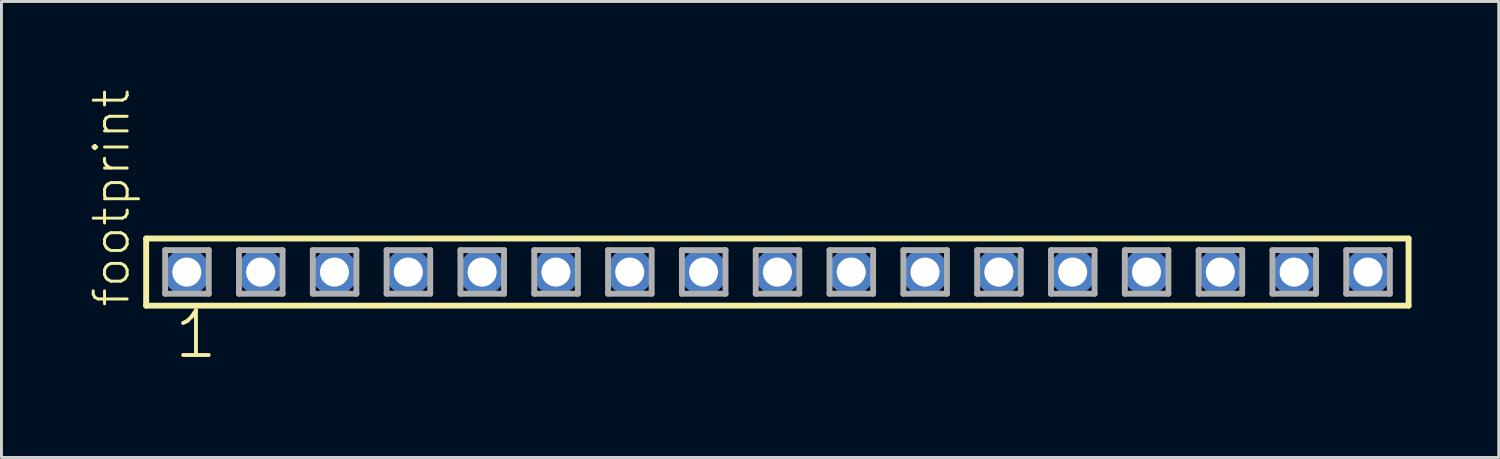
<source format=kicad_pcb>
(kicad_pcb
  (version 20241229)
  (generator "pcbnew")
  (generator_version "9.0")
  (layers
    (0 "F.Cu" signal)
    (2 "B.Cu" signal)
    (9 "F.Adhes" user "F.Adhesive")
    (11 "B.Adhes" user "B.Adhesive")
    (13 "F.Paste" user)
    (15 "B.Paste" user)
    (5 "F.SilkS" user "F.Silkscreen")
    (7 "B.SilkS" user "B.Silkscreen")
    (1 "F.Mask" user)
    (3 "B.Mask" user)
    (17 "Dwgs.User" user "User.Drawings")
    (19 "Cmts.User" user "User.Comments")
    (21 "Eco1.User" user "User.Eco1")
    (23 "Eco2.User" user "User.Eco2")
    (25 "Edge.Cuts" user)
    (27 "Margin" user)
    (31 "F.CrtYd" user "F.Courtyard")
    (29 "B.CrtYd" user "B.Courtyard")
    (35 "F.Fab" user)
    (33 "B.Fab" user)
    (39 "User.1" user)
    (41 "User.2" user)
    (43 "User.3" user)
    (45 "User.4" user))
  (footprint "footprint"
    (layer "F.Cu")
    (at 23.698 6.312)
    (property "Reference" "footprint" (at -22.225 1.27 90) (layer "F.SilkS") (effects (font (size 1.168 1.168) (thickness 0.102)) (justify left bottom)))
    (fp_line (start -21.719 -1.155) (end 21.719 -1.155) (stroke (width 0.203) (type solid)) (layer "F.SilkS"))
    (fp_line (start -21.719 1.155) (end -21.719 -1.155) (stroke (width 0.203) (type solid)) (layer "F.SilkS"))
    (fp_line (start 21.719 -1.155) (end 21.719 1.155) (stroke (width 0.203) (type solid)) (layer "F.SilkS"))
    (fp_line (start 21.719 1.155) (end -21.719 1.155) (stroke (width 0.203) (type solid)) (layer "F.SilkS"))
    (fp_line (start -21.065 -0.755) (end -19.565 -0.755) (stroke (width 0.203) (type solid)) (layer "F.Fab"))
    (fp_line (start -21.065 0.745) (end -21.065 -0.755) (stroke (width 0.203) (type solid)) (layer "F.Fab"))
    (fp_line (start -19.565 -0.755) (end -19.565 0.745) (stroke (width 0.203) (type solid)) (layer "F.Fab"))
    (fp_line (start -19.565 0.745) (end -21.065 0.745) (stroke (width 0.203) (type solid)) (layer "F.Fab"))
    (fp_line (start -18.525 -0.755) (end -17.025 -0.755) (stroke (width 0.203) (type solid)) (layer "F.Fab"))
    (fp_line (start -18.525 0.745) (end -18.525 -0.755) (stroke (width 0.203) (type solid)) (layer "F.Fab"))
    (fp_line (start -17.025 -0.755) (end -17.025 0.745) (stroke (width 0.203) (type solid)) (layer "F.Fab"))
    (fp_line (start -17.025 0.745) (end -18.525 0.745) (stroke (width 0.203) (type solid)) (layer "F.Fab"))
    (fp_line (start -15.985 -0.755) (end -14.485 -0.755) (stroke (width 0.203) (type solid)) (layer "F.Fab"))
    (fp_line (start -15.985 0.745) (end -15.985 -0.755) (stroke (width 0.203) (type solid)) (layer "F.Fab"))
    (fp_line (start -14.485 -0.755) (end -14.485 0.745) (stroke (width 0.203) (type solid)) (layer "F.Fab"))
    (fp_line (start -14.485 0.745) (end -15.985 0.745) (stroke (width 0.203) (type solid)) (layer "F.Fab"))
    (fp_line (start -13.445 -0.755) (end -11.945 -0.755) (stroke (width 0.203) (type solid)) (layer "F.Fab"))
    (fp_line (start -13.445 0.745) (end -13.445 -0.755) (stroke (width 0.203) (type solid)) (layer "F.Fab"))
    (fp_line (start -11.945 -0.755) (end -11.945 0.745) (stroke (width 0.203) (type solid)) (layer "F.Fab"))
    (fp_line (start -11.945 0.745) (end -13.445 0.745) (stroke (width 0.203) (type solid)) (layer "F.Fab"))
    (fp_line (start -10.905 -0.755) (end -9.405 -0.755) (stroke (width 0.203) (type solid)) (layer "F.Fab"))
    (fp_line (start -10.905 0.745) (end -10.905 -0.755) (stroke (width 0.203) (type solid)) (layer "F.Fab"))
    (fp_line (start -9.405 -0.755) (end -9.405 0.745) (stroke (width 0.203) (type solid)) (layer "F.Fab"))
    (fp_line (start -9.405 0.745) (end -10.905 0.745) (stroke (width 0.203) (type solid)) (layer "F.Fab"))
    (fp_line (start -8.365 -0.755) (end -6.865 -0.755) (stroke (width 0.203) (type solid)) (layer "F.Fab"))
    (fp_line (start -8.365 0.745) (end -8.365 -0.755) (stroke (width 0.203) (type solid)) (layer "F.Fab"))
    (fp_line (start -6.865 -0.755) (end -6.865 0.745) (stroke (width 0.203) (type solid)) (layer "F.Fab"))
    (fp_line (start -6.865 0.745) (end -8.365 0.745) (stroke (width 0.203) (type solid)) (layer "F.Fab"))
    (fp_line (start -5.825 -0.755) (end -4.325 -0.755) (stroke (width 0.203) (type solid)) (layer "F.Fab"))
    (fp_line (start -5.825 0.745) (end -5.825 -0.755) (stroke (width 0.203) (type solid)) (layer "F.Fab"))
    (fp_line (start -4.325 -0.755) (end -4.325 0.745) (stroke (width 0.203) (type solid)) (layer "F.Fab"))
    (fp_line (start -4.325 0.745) (end -5.825 0.745) (stroke (width 0.203) (type solid)) (layer "F.Fab"))
    (fp_line (start -3.285 -0.755) (end -1.785 -0.755) (stroke (width 0.203) (type solid)) (layer "F.Fab"))
    (fp_line (start -3.285 0.745) (end -3.285 -0.755) (stroke (width 0.203) (type solid)) (layer "F.Fab"))
    (fp_line (start -1.785 -0.755) (end -1.785 0.745) (stroke (width 0.203) (type solid)) (layer "F.Fab"))
    (fp_line (start -1.785 0.745) (end -3.285 0.745) (stroke (width 0.203) (type solid)) (layer "F.Fab"))
    (fp_line (start -0.745 -0.755) (end 0.755 -0.755) (stroke (width 0.203) (type solid)) (layer "F.Fab"))
    (fp_line (start -0.745 0.745) (end -0.745 -0.755) (stroke (width 0.203) (type solid)) (layer "F.Fab"))
    (fp_line (start 0.755 -0.755) (end 0.755 0.745) (stroke (width 0.203) (type solid)) (layer "F.Fab"))
    (fp_line (start 0.755 0.745) (end -0.745 0.745) (stroke (width 0.203) (type solid)) (layer "F.Fab"))
    (fp_line (start 1.795 -0.755) (end 3.295 -0.755) (stroke (width 0.203) (type solid)) (layer "F.Fab"))
    (fp_line (start 1.795 0.745) (end 1.795 -0.755) (stroke (width 0.203) (type solid)) (layer "F.Fab"))
    (fp_line (start 3.295 -0.755) (end 3.295 0.745) (stroke (width 0.203) (type solid)) (layer "F.Fab"))
    (fp_line (start 3.295 0.745) (end 1.795 0.745) (stroke (width 0.203) (type solid)) (layer "F.Fab"))
    (fp_line (start 4.335 -0.755) (end 5.835 -0.755) (stroke (width 0.203) (type solid)) (layer "F.Fab"))
    (fp_line (start 4.335 0.745) (end 4.335 -0.755) (stroke (width 0.203) (type solid)) (layer "F.Fab"))
    (fp_line (start 5.835 -0.755) (end 5.835 0.745) (stroke (width 0.203) (type solid)) (layer "F.Fab"))
    (fp_line (start 5.835 0.745) (end 4.335 0.745) (stroke (width 0.203) (type solid)) (layer "F.Fab"))
    (fp_line (start 6.875 -0.755) (end 8.375 -0.755) (stroke (width 0.203) (type solid)) (layer "F.Fab"))
    (fp_line (start 6.875 0.745) (end 6.875 -0.755) (stroke (width 0.203) (type solid)) (layer "F.Fab"))
    (fp_line (start 8.375 -0.755) (end 8.375 0.745) (stroke (width 0.203) (type solid)) (layer "F.Fab"))
    (fp_line (start 8.375 0.745) (end 6.875 0.745) (stroke (width 0.203) (type solid)) (layer "F.Fab"))
    (fp_line (start 9.415 -0.755) (end 10.915 -0.755) (stroke (width 0.203) (type solid)) (layer "F.Fab"))
    (fp_line (start 9.415 0.745) (end 9.415 -0.755) (stroke (width 0.203) (type solid)) (layer "F.Fab"))
    (fp_line (start 10.915 -0.755) (end 10.915 0.745) (stroke (width 0.203) (type solid)) (layer "F.Fab"))
    (fp_line (start 10.915 0.745) (end 9.415 0.745) (stroke (width 0.203) (type solid)) (layer "F.Fab"))
    (fp_line (start 11.955 -0.755) (end 13.455 -0.755) (stroke (width 0.203) (type solid)) (layer "F.Fab"))
    (fp_line (start 11.955 0.745) (end 11.955 -0.755) (stroke (width 0.203) (type solid)) (layer "F.Fab"))
    (fp_line (start 13.455 -0.755) (end 13.455 0.745) (stroke (width 0.203) (type solid)) (layer "F.Fab"))
    (fp_line (start 13.455 0.745) (end 11.955 0.745) (stroke (width 0.203) (type solid)) (layer "F.Fab"))
    (fp_line (start 14.495 -0.755) (end 15.995 -0.755) (stroke (width 0.203) (type solid)) (layer "F.Fab"))
    (fp_line (start 14.495 0.745) (end 14.495 -0.755) (stroke (width 0.203) (type solid)) (layer "F.Fab"))
    (fp_line (start 15.995 -0.755) (end 15.995 0.745) (stroke (width 0.203) (type solid)) (layer "F.Fab"))
    (fp_line (start 15.995 0.745) (end 14.495 0.745) (stroke (width 0.203) (type solid)) (layer "F.Fab"))
    (fp_line (start 17.035 -0.755) (end 18.535 -0.755) (stroke (width 0.203) (type solid)) (layer "F.Fab"))
    (fp_line (start 17.035 0.745) (end 17.035 -0.755) (stroke (width 0.203) (type solid)) (layer "F.Fab"))
    (fp_line (start 18.535 -0.755) (end 18.535 0.745) (stroke (width 0.203) (type solid)) (layer "F.Fab"))
    (fp_line (start 18.535 0.745) (end 17.035 0.745) (stroke (width 0.203) (type solid)) (layer "F.Fab"))
    (fp_line (start 19.575 -0.755) (end 21.075 -0.755) (stroke (width 0.203) (type solid)) (layer "F.Fab"))
    (fp_line (start 19.575 0.745) (end 19.575 -0.755) (stroke (width 0.203) (type solid)) (layer "F.Fab"))
    (fp_line (start 21.075 -0.755) (end 21.075 0.745) (stroke (width 0.203) (type solid)) (layer "F.Fab"))
    (fp_line (start 21.075 0.745) (end 19.575 0.745) (stroke (width 0.203) (type solid)) (layer "F.Fab"))
    (fp_text user "1" (at -20.828 3.048 0) (layer "F.SilkS") (effects (font (size 1.542 1.542) (thickness 0.134)) (justify left bottom)))
    (pad "1" thru_hole roundrect (at -20.32 0) (size 1.5 1.5) (drill 1) (layers "*.Cu" "*.Mask") (roundrect_rratio 0.25) (chamfer_ratio 0.25) (chamfer top_left top_right bottom_left bottom_right))
    (pad "2" thru_hole roundrect (at -17.78 0) (size 1.5 1.5) (drill 1) (layers "*.Cu" "*.Mask") (roundrect_rratio 0.25) (chamfer_ratio 0.25) (chamfer top_left top_right bottom_left bottom_right))
    (pad "3" thru_hole roundrect (at -15.24 0) (size 1.5 1.5) (drill 1) (layers "*.Cu" "*.Mask") (roundrect_rratio 0.25) (chamfer_ratio 0.25) (chamfer top_left top_right bottom_left bottom_right))
    (pad "4" thru_hole roundrect (at -12.7 0) (size 1.5 1.5) (drill 1) (layers "*.Cu" "*.Mask") (roundrect_rratio 0.25) (chamfer_ratio 0.25) (chamfer top_left top_right bottom_left bottom_right))
    (pad "5" thru_hole roundrect (at -10.16 0) (size 1.5 1.5) (drill 1) (layers "*.Cu" "*.Mask") (roundrect_rratio 0.25) (chamfer_ratio 0.25) (chamfer top_left top_right bottom_left bottom_right))
    (pad "6" thru_hole roundrect (at -7.62 0) (size 1.5 1.5) (drill 1) (layers "*.Cu" "*.Mask") (roundrect_rratio 0.25) (chamfer_ratio 0.25) (chamfer top_left top_right bottom_left bottom_right))
    (pad "7" thru_hole roundrect (at -5.08 0) (size 1.5 1.5) (drill 1) (layers "*.Cu" "*.Mask") (roundrect_rratio 0.25) (chamfer_ratio 0.25) (chamfer top_left top_right bottom_left bottom_right))
    (pad "8" thru_hole roundrect (at -2.54 0) (size 1.5 1.5) (drill 1) (layers "*.Cu" "*.Mask") (roundrect_rratio 0.25) (chamfer_ratio 0.25) (chamfer top_left top_right bottom_left bottom_right))
    (pad "9" thru_hole roundrect (at 0 0) (size 1.5 1.5) (drill 1) (layers "*.Cu" "*.Mask") (roundrect_rratio 0.25) (chamfer_ratio 0.25) (chamfer top_left top_right bottom_left bottom_right))
    (pad "10" thru_hole roundrect (at 2.54 0) (size 1.5 1.5) (drill 1) (layers "*.Cu" "*.Mask") (roundrect_rratio 0.25) (chamfer_ratio 0.25) (chamfer top_left top_right bottom_left bottom_right))
    (pad "11" thru_hole roundrect (at 5.08 0) (size 1.5 1.5) (drill 1) (layers "*.Cu" "*.Mask") (roundrect_rratio 0.25) (chamfer_ratio 0.25) (chamfer top_left top_right bottom_left bottom_right))
    (pad "12" thru_hole roundrect (at 7.62 0) (size 1.5 1.5) (drill 1) (layers "*.Cu" "*.Mask") (roundrect_rratio 0.25) (chamfer_ratio 0.25) (chamfer top_left top_right bottom_left bottom_right))
    (pad "13" thru_hole roundrect (at 10.16 0) (size 1.5 1.5) (drill 1) (layers "*.Cu" "*.Mask") (roundrect_rratio 0.25) (chamfer_ratio 0.25) (chamfer top_left top_right bottom_left bottom_right))
    (pad "14" thru_hole roundrect (at 12.7 0) (size 1.5 1.5) (drill 1) (layers "*.Cu" "*.Mask") (roundrect_rratio 0.25) (chamfer_ratio 0.25) (chamfer top_left top_right bottom_left bottom_right))
    (pad "15" thru_hole roundrect (at 15.24 0) (size 1.5 1.5) (drill 1) (layers "*.Cu" "*.Mask") (roundrect_rratio 0.25) (chamfer_ratio 0.25) (chamfer top_left top_right bottom_left bottom_right))
    (pad "16" thru_hole roundrect (at 17.78 0) (size 1.5 1.5) (drill 1) (layers "*.Cu" "*.Mask") (roundrect_rratio 0.25) (chamfer_ratio 0.25) (chamfer top_left top_right bottom_left bottom_right))
    (pad "17" thru_hole roundrect (at 20.32 0) (size 1.5 1.5) (drill 1) (layers "*.Cu" "*.Mask") (roundrect_rratio 0.25) (chamfer_ratio 0.25) (chamfer top_left top_right bottom_left bottom_right)))
  (gr_rect
    (start -3 -3)
    (end 48.519 12.691)
    (stroke (width 0.1) (type default))
    (fill no)
    (layer "Edge.Cuts")))
</source>
